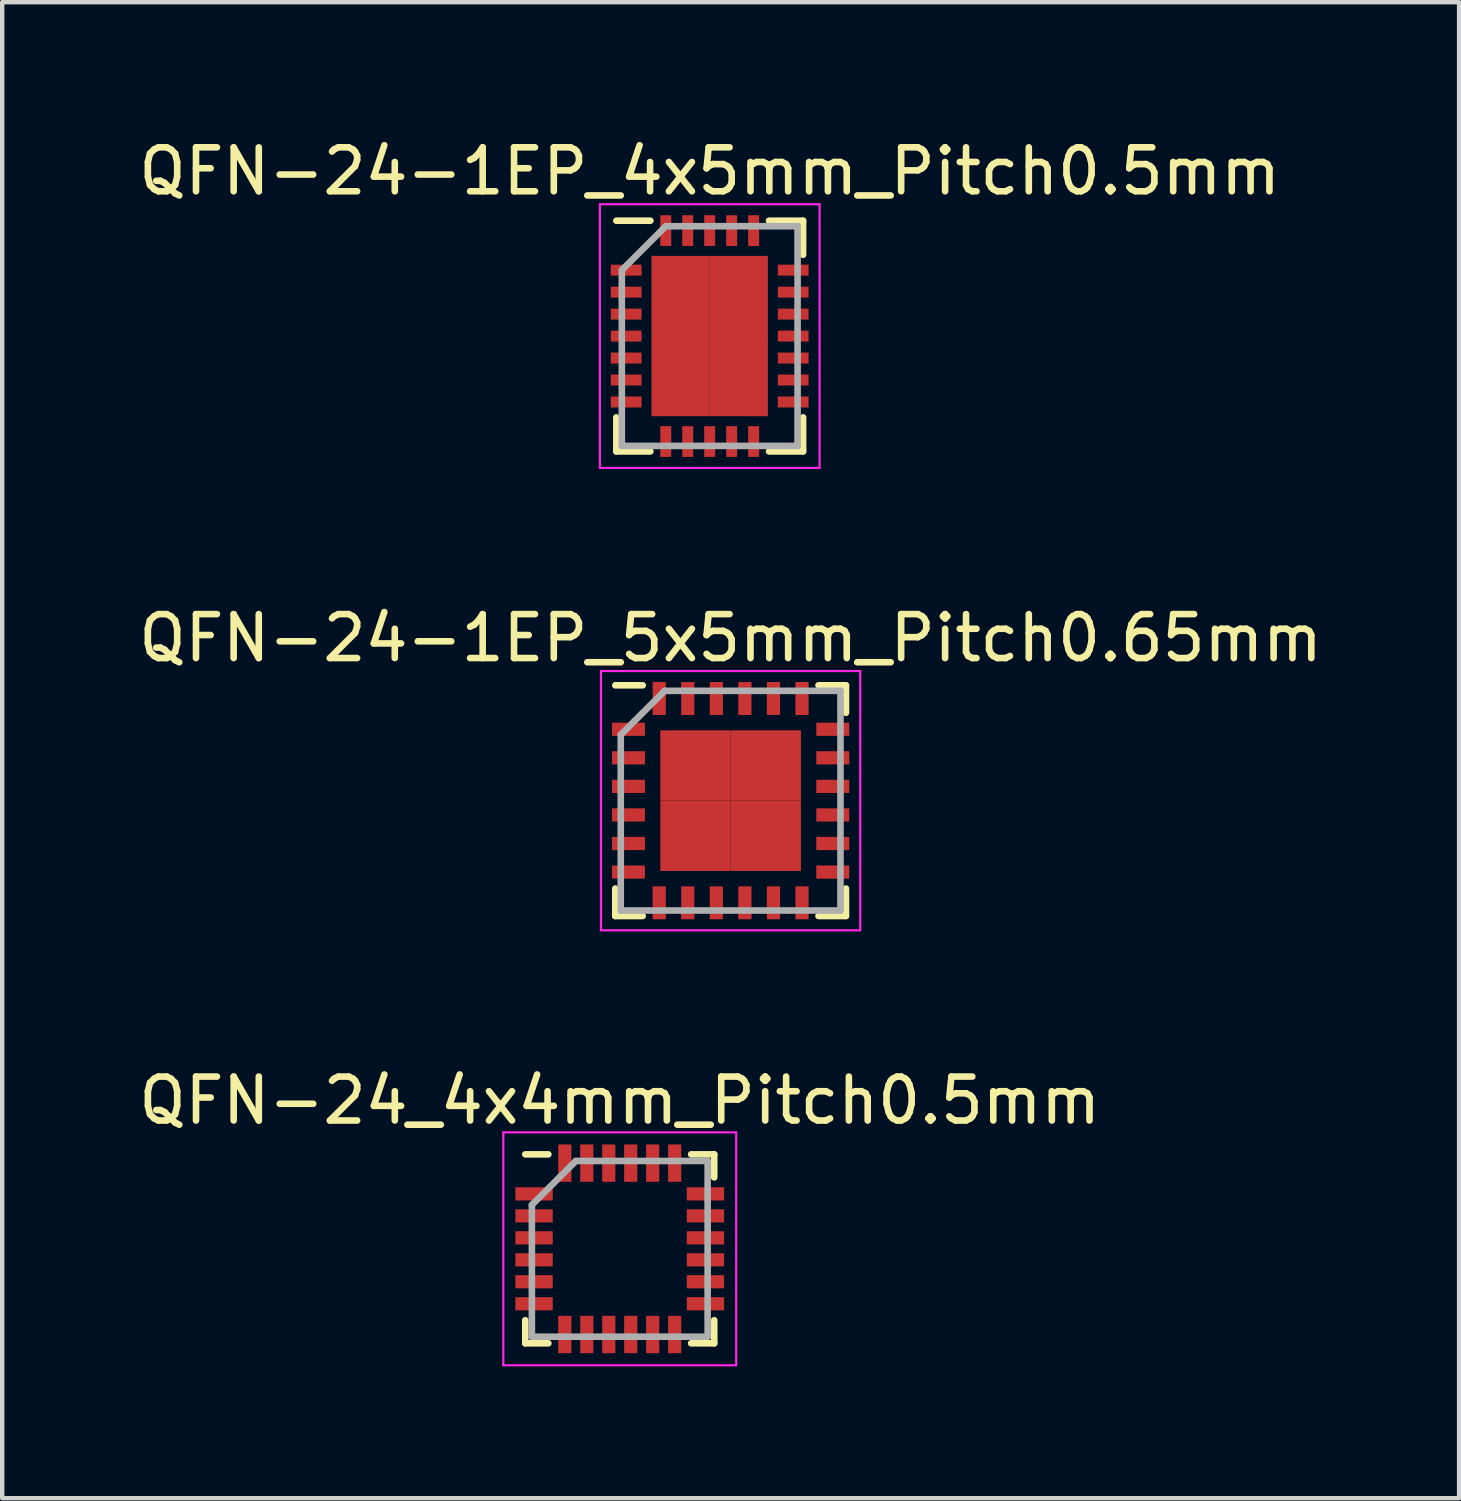
<source format=kicad_pcb>
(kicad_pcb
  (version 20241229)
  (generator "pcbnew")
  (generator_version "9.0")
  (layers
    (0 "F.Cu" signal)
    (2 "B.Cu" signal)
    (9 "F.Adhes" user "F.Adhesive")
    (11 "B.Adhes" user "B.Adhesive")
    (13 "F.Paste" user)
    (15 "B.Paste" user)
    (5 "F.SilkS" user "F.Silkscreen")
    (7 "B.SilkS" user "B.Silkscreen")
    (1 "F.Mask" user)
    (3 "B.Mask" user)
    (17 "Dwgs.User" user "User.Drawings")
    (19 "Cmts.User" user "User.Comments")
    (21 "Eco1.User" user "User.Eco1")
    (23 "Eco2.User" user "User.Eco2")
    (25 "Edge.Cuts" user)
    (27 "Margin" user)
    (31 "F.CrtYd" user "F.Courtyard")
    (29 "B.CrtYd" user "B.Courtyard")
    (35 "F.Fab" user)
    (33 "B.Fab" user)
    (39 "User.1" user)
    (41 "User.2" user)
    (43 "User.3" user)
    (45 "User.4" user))
  (footprint "QFN-24-1EP_4x5mm_Pitch0.5mm"
    (layer "F.Cu")
    (at 13.101 4.598)
    (property "Reference" "QFN-24-1EP_4x5mm_Pitch0.5mm" (at 0 -3.75 0) (layer "F.SilkS") (effects (font (size 1 1) (thickness 0.15))))
    (attr smd)
    (fp_line (start -2.125 -2.625) (end -1.35 -2.625) (stroke (width 0.15) (type solid)) (layer "F.SilkS"))
    (fp_line (start -2.125 2.625) (end -2.125 1.85) (stroke (width 0.15) (type solid)) (layer "F.SilkS"))
    (fp_line (start -2.125 2.625) (end -1.35 2.625) (stroke (width 0.15) (type solid)) (layer "F.SilkS"))
    (fp_line (start 2.125 -2.625) (end 1.35 -2.625) (stroke (width 0.15) (type solid)) (layer "F.SilkS"))
    (fp_line (start 2.125 -2.625) (end 2.125 -1.85) (stroke (width 0.15) (type solid)) (layer "F.SilkS"))
    (fp_line (start 2.125 2.625) (end 1.35 2.625) (stroke (width 0.15) (type solid)) (layer "F.SilkS"))
    (fp_line (start 2.125 2.625) (end 2.125 1.85) (stroke (width 0.15) (type solid)) (layer "F.SilkS"))
    (fp_line (start -2.5 -3) (end -2.5 3) (stroke (width 0.05) (type solid)) (layer "F.CrtYd"))
    (fp_line (start -2.5 -3) (end 2.5 -3) (stroke (width 0.05) (type solid)) (layer "F.CrtYd"))
    (fp_line (start -2.5 3) (end 2.5 3) (stroke (width 0.05) (type solid)) (layer "F.CrtYd"))
    (fp_line (start 2.5 -3) (end 2.5 3) (stroke (width 0.05) (type solid)) (layer "F.CrtYd"))
    (fp_line (start -2 -1.5) (end -1 -2.5) (stroke (width 0.15) (type solid)) (layer "F.Fab"))
    (fp_line (start -2 2.5) (end -2 -1.5) (stroke (width 0.15) (type solid)) (layer "F.Fab"))
    (fp_line (start -1 -2.5) (end 2 -2.5) (stroke (width 0.15) (type solid)) (layer "F.Fab"))
    (fp_line (start 2 -2.5) (end 2 2.5) (stroke (width 0.15) (type solid)) (layer "F.Fab"))
    (fp_line (start 2 2.5) (end -2 2.5) (stroke (width 0.15) (type solid)) (layer "F.Fab"))
    (pad "1" smd rect (at -1.9 -1.5) (size 0.7 0.25) (layers "F.Cu" "F.Mask" "F.Paste"))
    (pad "2" smd rect (at -1.9 -1) (size 0.7 0.25) (layers "F.Cu" "F.Mask" "F.Paste"))
    (pad "3" smd rect (at -1.9 -0.5) (size 0.7 0.25) (layers "F.Cu" "F.Mask" "F.Paste"))
    (pad "4" smd rect (at -1.9 0) (size 0.7 0.25) (layers "F.Cu" "F.Mask" "F.Paste"))
    (pad "5" smd rect (at -1.9 0.5) (size 0.7 0.25) (layers "F.Cu" "F.Mask" "F.Paste"))
    (pad "6" smd rect (at -1.9 1) (size 0.7 0.25) (layers "F.Cu" "F.Mask" "F.Paste"))
    (pad "7" smd rect (at -1.9 1.5) (size 0.7 0.25) (layers "F.Cu" "F.Mask" "F.Paste"))
    (pad "8" smd rect (at -1 2.4 90) (size 0.7 0.25) (layers "F.Cu" "F.Mask" "F.Paste"))
    (pad "9" smd rect (at -0.5 2.4 90) (size 0.7 0.25) (layers "F.Cu" "F.Mask" "F.Paste"))
    (pad "10" smd rect (at 0 2.4 90) (size 0.7 0.25) (layers "F.Cu" "F.Mask" "F.Paste"))
    (pad "11" smd rect (at 0.5 2.4 90) (size 0.7 0.25) (layers "F.Cu" "F.Mask" "F.Paste"))
    (pad "12" smd rect (at 1 2.4 90) (size 0.7 0.25) (layers "F.Cu" "F.Mask" "F.Paste"))
    (pad "13" smd rect (at 1.9 1.5) (size 0.7 0.25) (layers "F.Cu" "F.Mask" "F.Paste"))
    (pad "14" smd rect (at 1.9 1) (size 0.7 0.25) (layers "F.Cu" "F.Mask" "F.Paste"))
    (pad "15" smd rect (at 1.9 0.5) (size 0.7 0.25) (layers "F.Cu" "F.Mask" "F.Paste"))
    (pad "16" smd rect (at 1.9 0) (size 0.7 0.25) (layers "F.Cu" "F.Mask" "F.Paste"))
    (pad "17" smd rect (at 1.9 -0.5) (size 0.7 0.25) (layers "F.Cu" "F.Mask" "F.Paste"))
    (pad "18" smd rect (at 1.9 -1) (size 0.7 0.25) (layers "F.Cu" "F.Mask" "F.Paste"))
    (pad "19" smd rect (at 1.9 -1.5) (size 0.7 0.25) (layers "F.Cu" "F.Mask" "F.Paste"))
    (pad "20" smd rect (at 1 -2.4 90) (size 0.7 0.25) (layers "F.Cu" "F.Mask" "F.Paste"))
    (pad "21" smd rect (at 0.5 -2.4 90) (size 0.7 0.25) (layers "F.Cu" "F.Mask" "F.Paste"))
    (pad "22" smd rect (at 0 -2.4 90) (size 0.7 0.25) (layers "F.Cu" "F.Mask" "F.Paste"))
    (pad "23" smd rect (at -0.5 -2.4 90) (size 0.7 0.25) (layers "F.Cu" "F.Mask" "F.Paste"))
    (pad "24" smd rect (at -1 -2.4 90) (size 0.7 0.25) (layers "F.Cu" "F.Mask" "F.Paste"))
    (pad "25" smd rect (at -0.662 -0.912) (size 1.325 1.825) (layers "F.Cu" "F.Mask" "F.Paste"))
    (pad "25" smd rect (at -0.662 0.912) (size 1.325 1.825) (layers "F.Cu" "F.Mask" "F.Paste"))
    (pad "25" smd rect (at 0.662 -0.912) (size 1.325 1.825) (layers "F.Cu" "F.Mask" "F.Paste"))
    (pad "25" smd rect (at 0.662 0.912) (size 1.325 1.825) (layers "F.Cu" "F.Mask" "F.Paste")))
  (footprint "QFN-24-1EP_5x5mm_Pitch0.65mm"
    (layer "F.Cu")
    (at 13.577 15.171)
    (property "Reference" "QFN-24-1EP_5x5mm_Pitch0.65mm" (at 0 -3.7 0) (layer "F.SilkS") (effects (font (size 1 1) (thickness 0.15))))
    (attr smd)
    (fp_line (start -2.625 -2.625) (end -2 -2.625) (stroke (width 0.15) (type solid)) (layer "F.SilkS"))
    (fp_line (start -2.625 2.625) (end -2.625 2) (stroke (width 0.15) (type solid)) (layer "F.SilkS"))
    (fp_line (start -2.625 2.625) (end -2 2.625) (stroke (width 0.15) (type solid)) (layer "F.SilkS"))
    (fp_line (start 2.625 -2.625) (end 2 -2.625) (stroke (width 0.15) (type solid)) (layer "F.SilkS"))
    (fp_line (start 2.625 -2.625) (end 2.625 -2) (stroke (width 0.15) (type solid)) (layer "F.SilkS"))
    (fp_line (start 2.625 2.625) (end 2 2.625) (stroke (width 0.15) (type solid)) (layer "F.SilkS"))
    (fp_line (start 2.625 2.625) (end 2.625 2) (stroke (width 0.15) (type solid)) (layer "F.SilkS"))
    (fp_line (start -2.95 -2.95) (end -2.95 2.95) (stroke (width 0.05) (type solid)) (layer "F.CrtYd"))
    (fp_line (start -2.95 -2.95) (end 2.95 -2.95) (stroke (width 0.05) (type solid)) (layer "F.CrtYd"))
    (fp_line (start -2.95 2.95) (end 2.95 2.95) (stroke (width 0.05) (type solid)) (layer "F.CrtYd"))
    (fp_line (start 2.95 -2.95) (end 2.95 2.95) (stroke (width 0.05) (type solid)) (layer "F.CrtYd"))
    (fp_line (start -2.5 -1.5) (end -1.5 -2.5) (stroke (width 0.15) (type solid)) (layer "F.Fab"))
    (fp_line (start -2.5 2.5) (end -2.5 -1.5) (stroke (width 0.15) (type solid)) (layer "F.Fab"))
    (fp_line (start -1.5 -2.5) (end 2.5 -2.5) (stroke (width 0.15) (type solid)) (layer "F.Fab"))
    (fp_line (start 2.5 -2.5) (end 2.5 2.5) (stroke (width 0.15) (type solid)) (layer "F.Fab"))
    (fp_line (start 2.5 2.5) (end -2.5 2.5) (stroke (width 0.15) (type solid)) (layer "F.Fab"))
    (pad "1" smd rect (at -2.325 -1.625) (size 0.75 0.3) (layers "F.Cu" "F.Mask" "F.Paste"))
    (pad "2" smd rect (at -2.325 -0.975) (size 0.75 0.3) (layers "F.Cu" "F.Mask" "F.Paste"))
    (pad "3" smd rect (at -2.325 -0.325) (size 0.75 0.3) (layers "F.Cu" "F.Mask" "F.Paste"))
    (pad "4" smd rect (at -2.325 0.325) (size 0.75 0.3) (layers "F.Cu" "F.Mask" "F.Paste"))
    (pad "5" smd rect (at -2.325 0.975) (size 0.75 0.3) (layers "F.Cu" "F.Mask" "F.Paste"))
    (pad "6" smd rect (at -2.325 1.625) (size 0.75 0.3) (layers "F.Cu" "F.Mask" "F.Paste"))
    (pad "7" smd rect (at -1.625 2.325 90) (size 0.75 0.3) (layers "F.Cu" "F.Mask" "F.Paste"))
    (pad "8" smd rect (at -0.975 2.325 90) (size 0.75 0.3) (layers "F.Cu" "F.Mask" "F.Paste"))
    (pad "9" smd rect (at -0.325 2.325 90) (size 0.75 0.3) (layers "F.Cu" "F.Mask" "F.Paste"))
    (pad "10" smd rect (at 0.325 2.325 90) (size 0.75 0.3) (layers "F.Cu" "F.Mask" "F.Paste"))
    (pad "11" smd rect (at 0.975 2.325 90) (size 0.75 0.3) (layers "F.Cu" "F.Mask" "F.Paste"))
    (pad "12" smd rect (at 1.625 2.325 90) (size 0.75 0.3) (layers "F.Cu" "F.Mask" "F.Paste"))
    (pad "13" smd rect (at 2.325 1.625) (size 0.75 0.3) (layers "F.Cu" "F.Mask" "F.Paste"))
    (pad "14" smd rect (at 2.325 0.975) (size 0.75 0.3) (layers "F.Cu" "F.Mask" "F.Paste"))
    (pad "15" smd rect (at 2.325 0.325) (size 0.75 0.3) (layers "F.Cu" "F.Mask" "F.Paste"))
    (pad "16" smd rect (at 2.325 -0.325) (size 0.75 0.3) (layers "F.Cu" "F.Mask" "F.Paste"))
    (pad "17" smd rect (at 2.325 -0.975) (size 0.75 0.3) (layers "F.Cu" "F.Mask" "F.Paste"))
    (pad "18" smd rect (at 2.325 -1.625) (size 0.75 0.3) (layers "F.Cu" "F.Mask" "F.Paste"))
    (pad "19" smd rect (at 1.625 -2.325 90) (size 0.75 0.3) (layers "F.Cu" "F.Mask" "F.Paste"))
    (pad "20" smd rect (at 0.975 -2.325 90) (size 0.75 0.3) (layers "F.Cu" "F.Mask" "F.Paste"))
    (pad "21" smd rect (at 0.325 -2.325 90) (size 0.75 0.3) (layers "F.Cu" "F.Mask" "F.Paste"))
    (pad "22" smd rect (at -0.325 -2.325 90) (size 0.75 0.3) (layers "F.Cu" "F.Mask" "F.Paste"))
    (pad "23" smd rect (at -0.975 -2.325 90) (size 0.75 0.3) (layers "F.Cu" "F.Mask" "F.Paste"))
    (pad "24" smd rect (at -1.625 -2.325 90) (size 0.75 0.3) (layers "F.Cu" "F.Mask" "F.Paste"))
    (pad "25" smd rect (at -0.8 -0.8) (size 1.6 1.6) (layers "F.Cu" "F.Mask" "F.Paste"))
    (pad "25" smd rect (at -0.8 0.8) (size 1.6 1.6) (layers "F.Cu" "F.Mask" "F.Paste"))
    (pad "25" smd rect (at 0.8 -0.8) (size 1.6 1.6) (layers "F.Cu" "F.Mask" "F.Paste"))
    (pad "25" smd rect (at 0.8 0.8) (size 1.6 1.6) (layers "F.Cu" "F.Mask" "F.Paste")))
  (footprint "QFN-24_4x4mm_Pitch0.5mm"
    (layer "F.Cu")
    (at 11.054 25.37)
    (property "Reference" "QFN-24_4x4mm_Pitch0.5mm" (at 0 -3.375 0) (layer "F.SilkS") (effects (font (size 1 1) (thickness 0.15))))
    (attr smd)
    (fp_line (start -2.15 -2.15) (end -1.625 -2.15) (stroke (width 0.15) (type solid)) (layer "F.SilkS"))
    (fp_line (start -2.15 2.15) (end -2.15 1.625) (stroke (width 0.15) (type solid)) (layer "F.SilkS"))
    (fp_line (start -2.15 2.15) (end -1.625 2.15) (stroke (width 0.15) (type solid)) (layer "F.SilkS"))
    (fp_line (start 2.15 -2.15) (end 1.625 -2.15) (stroke (width 0.15) (type solid)) (layer "F.SilkS"))
    (fp_line (start 2.15 -2.15) (end 2.15 -1.625) (stroke (width 0.15) (type solid)) (layer "F.SilkS"))
    (fp_line (start 2.15 2.15) (end 1.625 2.15) (stroke (width 0.15) (type solid)) (layer "F.SilkS"))
    (fp_line (start 2.15 2.15) (end 2.15 1.625) (stroke (width 0.15) (type solid)) (layer "F.SilkS"))
    (fp_line (start -2.65 -2.65) (end -2.65 2.65) (stroke (width 0.05) (type solid)) (layer "F.CrtYd"))
    (fp_line (start -2.65 -2.65) (end 2.65 -2.65) (stroke (width 0.05) (type solid)) (layer "F.CrtYd"))
    (fp_line (start -2.65 2.65) (end 2.65 2.65) (stroke (width 0.05) (type solid)) (layer "F.CrtYd"))
    (fp_line (start 2.65 -2.65) (end 2.65 2.65) (stroke (width 0.05) (type solid)) (layer "F.CrtYd"))
    (fp_line (start -2 -1) (end -1 -2) (stroke (width 0.15) (type solid)) (layer "F.Fab"))
    (fp_line (start -2 2) (end -2 -1) (stroke (width 0.15) (type solid)) (layer "F.Fab"))
    (fp_line (start -1 -2) (end 2 -2) (stroke (width 0.15) (type solid)) (layer "F.Fab"))
    (fp_line (start 2 -2) (end 2 2) (stroke (width 0.15) (type solid)) (layer "F.Fab"))
    (fp_line (start 2 2) (end -2 2) (stroke (width 0.15) (type solid)) (layer "F.Fab"))
    (pad "1" smd rect (at -1.95 -1.25) (size 0.85 0.3) (layers "F.Cu" "F.Mask" "F.Paste"))
    (pad "2" smd rect (at -1.95 -0.75) (size 0.85 0.3) (layers "F.Cu" "F.Mask" "F.Paste"))
    (pad "3" smd rect (at -1.95 -0.25) (size 0.85 0.3) (layers "F.Cu" "F.Mask" "F.Paste"))
    (pad "4" smd rect (at -1.95 0.25) (size 0.85 0.3) (layers "F.Cu" "F.Mask" "F.Paste"))
    (pad "5" smd rect (at -1.95 0.75) (size 0.85 0.3) (layers "F.Cu" "F.Mask" "F.Paste"))
    (pad "6" smd rect (at -1.95 1.25) (size 0.85 0.3) (layers "F.Cu" "F.Mask" "F.Paste"))
    (pad "7" smd rect (at -1.25 1.95 90) (size 0.85 0.3) (layers "F.Cu" "F.Mask" "F.Paste"))
    (pad "8" smd rect (at -0.75 1.95 90) (size 0.85 0.3) (layers "F.Cu" "F.Mask" "F.Paste"))
    (pad "9" smd rect (at -0.25 1.95 90) (size 0.85 0.3) (layers "F.Cu" "F.Mask" "F.Paste"))
    (pad "10" smd rect (at 0.25 1.95 90) (size 0.85 0.3) (layers "F.Cu" "F.Mask" "F.Paste"))
    (pad "11" smd rect (at 0.75 1.95 90) (size 0.85 0.3) (layers "F.Cu" "F.Mask" "F.Paste"))
    (pad "12" smd rect (at 1.25 1.95 90) (size 0.85 0.3) (layers "F.Cu" "F.Mask" "F.Paste"))
    (pad "13" smd rect (at 1.95 1.25) (size 0.85 0.3) (layers "F.Cu" "F.Mask" "F.Paste"))
    (pad "14" smd rect (at 1.95 0.75) (size 0.85 0.3) (layers "F.Cu" "F.Mask" "F.Paste"))
    (pad "15" smd rect (at 1.95 0.25) (size 0.85 0.3) (layers "F.Cu" "F.Mask" "F.Paste"))
    (pad "16" smd rect (at 1.95 -0.25) (size 0.85 0.3) (layers "F.Cu" "F.Mask" "F.Paste"))
    (pad "17" smd rect (at 1.95 -0.75) (size 0.85 0.3) (layers "F.Cu" "F.Mask" "F.Paste"))
    (pad "18" smd rect (at 1.95 -1.25) (size 0.85 0.3) (layers "F.Cu" "F.Mask" "F.Paste"))
    (pad "19" smd rect (at 1.25 -1.95 90) (size 0.85 0.3) (layers "F.Cu" "F.Mask" "F.Paste"))
    (pad "20" smd rect (at 0.75 -1.95 90) (size 0.85 0.3) (layers "F.Cu" "F.Mask" "F.Paste"))
    (pad "21" smd rect (at 0.25 -1.95 90) (size 0.85 0.3) (layers "F.Cu" "F.Mask" "F.Paste"))
    (pad "22" smd rect (at -0.25 -1.95 90) (size 0.85 0.3) (layers "F.Cu" "F.Mask" "F.Paste"))
    (pad "23" smd rect (at -0.75 -1.95 90) (size 0.85 0.3) (layers "F.Cu" "F.Mask" "F.Paste"))
    (pad "24" smd rect (at -1.25 -1.95 90) (size 0.85 0.3) (layers "F.Cu" "F.Mask" "F.Paste")))
  (gr_rect
    (start -3 -3)
    (end 30.155 31.045)
    (stroke (width 0.1) (type default))
    (fill no)
    (layer "Edge.Cuts")))
</source>
